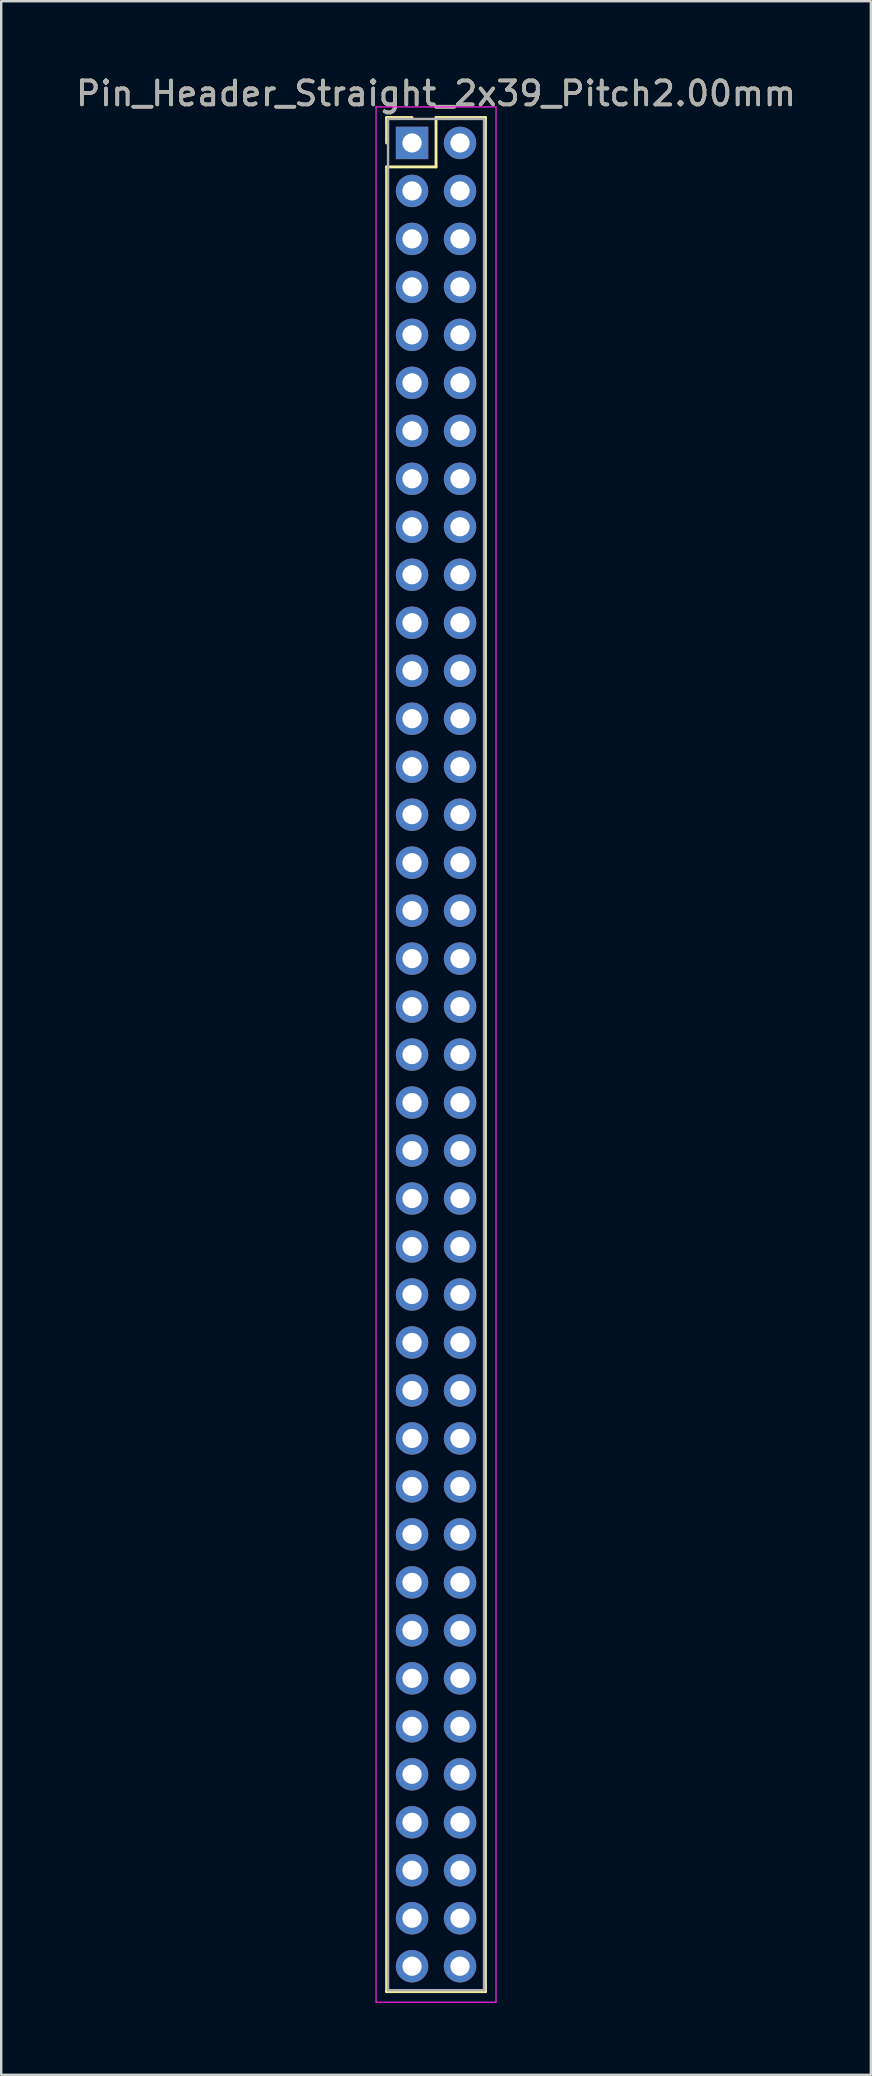
<source format=kicad_pcb>
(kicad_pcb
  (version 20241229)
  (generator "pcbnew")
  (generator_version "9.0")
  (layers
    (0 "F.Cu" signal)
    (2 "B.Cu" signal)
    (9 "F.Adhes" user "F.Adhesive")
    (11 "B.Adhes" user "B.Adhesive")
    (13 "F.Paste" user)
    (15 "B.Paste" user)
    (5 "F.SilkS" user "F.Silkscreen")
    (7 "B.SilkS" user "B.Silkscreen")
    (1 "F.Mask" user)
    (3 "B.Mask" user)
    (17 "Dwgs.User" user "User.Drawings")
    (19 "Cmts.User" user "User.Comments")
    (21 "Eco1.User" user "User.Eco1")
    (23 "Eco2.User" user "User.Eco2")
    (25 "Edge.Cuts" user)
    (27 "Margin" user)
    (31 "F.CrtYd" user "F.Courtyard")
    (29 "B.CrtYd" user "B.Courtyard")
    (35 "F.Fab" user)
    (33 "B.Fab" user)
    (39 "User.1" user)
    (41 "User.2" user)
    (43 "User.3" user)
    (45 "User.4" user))
  (footprint "Pin_Header_Straight_2x39_Pitch2.00mm"
    (layer "F.Cu")
    (at 14.125 2.908)
    (property "Reference" "Pin_Header_Straight_2x39_Pitch2.00mm" (at 1 -2.06 0) (layer "F.SilkS") (effects (font (size 1 1) (thickness 0.15))))
    (attr through_hole)
    (fp_line (start -1.06 -1.06) (end 0 -1.06) (stroke (width 0.12) (type solid)) (layer "F.SilkS"))
    (fp_line (start -1.06 0) (end -1.06 -1.06) (stroke (width 0.12) (type solid)) (layer "F.SilkS"))
    (fp_line (start -1.06 1) (end -1.06 77.06) (stroke (width 0.12) (type solid)) (layer "F.SilkS"))
    (fp_line (start -1.06 77.06) (end 3.06 77.06) (stroke (width 0.12) (type solid)) (layer "F.SilkS"))
    (fp_line (start 1 -1.06) (end 1 1) (stroke (width 0.12) (type solid)) (layer "F.SilkS"))
    (fp_line (start 1 1) (end -1.06 1) (stroke (width 0.12) (type solid)) (layer "F.SilkS"))
    (fp_line (start 3.06 -1.06) (end 1 -1.06) (stroke (width 0.12) (type solid)) (layer "F.SilkS"))
    (fp_line (start 3.06 77.06) (end 3.06 -1.06) (stroke (width 0.12) (type solid)) (layer "F.SilkS"))
    (fp_line (start -1.5 -1.5) (end -1.5 77.5) (stroke (width 0.05) (type solid)) (layer "F.CrtYd"))
    (fp_line (start -1.5 77.5) (end 3.5 77.5) (stroke (width 0.05) (type solid)) (layer "F.CrtYd"))
    (fp_line (start 3.5 -1.5) (end -1.5 -1.5) (stroke (width 0.05) (type solid)) (layer "F.CrtYd"))
    (fp_line (start 3.5 77.5) (end 3.5 -1.5) (stroke (width 0.05) (type solid)) (layer "F.CrtYd"))
    (fp_line (start -1 -1) (end -1 77) (stroke (width 0.1) (type solid)) (layer "F.Fab"))
    (fp_line (start -1 77) (end 3 77) (stroke (width 0.1) (type solid)) (layer "F.Fab"))
    (fp_line (start 3 -1) (end -1 -1) (stroke (width 0.1) (type solid)) (layer "F.Fab"))
    (fp_line (start 3 77) (end 3 -1) (stroke (width 0.1) (type solid)) (layer "F.Fab"))
    (fp_text user "${REFERENCE}" (at 1 -2.06 0) (layer "F.Fab") (effects (font (size 1 1) (thickness 0.15))))
    (pad "1" thru_hole rect (at 0 0) (size 1.35 1.35) (drill 0.8) (layers "*.Cu" "*.Mask"))
    (pad "2" thru_hole oval (at 2 0) (size 1.35 1.35) (drill 0.8) (layers "*.Cu" "*.Mask"))
    (pad "3" thru_hole oval (at 0 2) (size 1.35 1.35) (drill 0.8) (layers "*.Cu" "*.Mask"))
    (pad "4" thru_hole oval (at 2 2) (size 1.35 1.35) (drill 0.8) (layers "*.Cu" "*.Mask"))
    (pad "5" thru_hole oval (at 0 4) (size 1.35 1.35) (drill 0.8) (layers "*.Cu" "*.Mask"))
    (pad "6" thru_hole oval (at 2 4) (size 1.35 1.35) (drill 0.8) (layers "*.Cu" "*.Mask"))
    (pad "7" thru_hole oval (at 0 6) (size 1.35 1.35) (drill 0.8) (layers "*.Cu" "*.Mask"))
    (pad "8" thru_hole oval (at 2 6) (size 1.35 1.35) (drill 0.8) (layers "*.Cu" "*.Mask"))
    (pad "9" thru_hole oval (at 0 8) (size 1.35 1.35) (drill 0.8) (layers "*.Cu" "*.Mask"))
    (pad "10" thru_hole oval (at 2 8) (size 1.35 1.35) (drill 0.8) (layers "*.Cu" "*.Mask"))
    (pad "11" thru_hole oval (at 0 10) (size 1.35 1.35) (drill 0.8) (layers "*.Cu" "*.Mask"))
    (pad "12" thru_hole oval (at 2 10) (size 1.35 1.35) (drill 0.8) (layers "*.Cu" "*.Mask"))
    (pad "13" thru_hole oval (at 0 12) (size 1.35 1.35) (drill 0.8) (layers "*.Cu" "*.Mask"))
    (pad "14" thru_hole oval (at 2 12) (size 1.35 1.35) (drill 0.8) (layers "*.Cu" "*.Mask"))
    (pad "15" thru_hole oval (at 0 14) (size 1.35 1.35) (drill 0.8) (layers "*.Cu" "*.Mask"))
    (pad "16" thru_hole oval (at 2 14) (size 1.35 1.35) (drill 0.8) (layers "*.Cu" "*.Mask"))
    (pad "17" thru_hole oval (at 0 16) (size 1.35 1.35) (drill 0.8) (layers "*.Cu" "*.Mask"))
    (pad "18" thru_hole oval (at 2 16) (size 1.35 1.35) (drill 0.8) (layers "*.Cu" "*.Mask"))
    (pad "19" thru_hole oval (at 0 18) (size 1.35 1.35) (drill 0.8) (layers "*.Cu" "*.Mask"))
    (pad "20" thru_hole oval (at 2 18) (size 1.35 1.35) (drill 0.8) (layers "*.Cu" "*.Mask"))
    (pad "21" thru_hole oval (at 0 20) (size 1.35 1.35) (drill 0.8) (layers "*.Cu" "*.Mask"))
    (pad "22" thru_hole oval (at 2 20) (size 1.35 1.35) (drill 0.8) (layers "*.Cu" "*.Mask"))
    (pad "23" thru_hole oval (at 0 22) (size 1.35 1.35) (drill 0.8) (layers "*.Cu" "*.Mask"))
    (pad "24" thru_hole oval (at 2 22) (size 1.35 1.35) (drill 0.8) (layers "*.Cu" "*.Mask"))
    (pad "25" thru_hole oval (at 0 24) (size 1.35 1.35) (drill 0.8) (layers "*.Cu" "*.Mask"))
    (pad "26" thru_hole oval (at 2 24) (size 1.35 1.35) (drill 0.8) (layers "*.Cu" "*.Mask"))
    (pad "27" thru_hole oval (at 0 26) (size 1.35 1.35) (drill 0.8) (layers "*.Cu" "*.Mask"))
    (pad "28" thru_hole oval (at 2 26) (size 1.35 1.35) (drill 0.8) (layers "*.Cu" "*.Mask"))
    (pad "29" thru_hole oval (at 0 28) (size 1.35 1.35) (drill 0.8) (layers "*.Cu" "*.Mask"))
    (pad "30" thru_hole oval (at 2 28) (size 1.35 1.35) (drill 0.8) (layers "*.Cu" "*.Mask"))
    (pad "31" thru_hole oval (at 0 30) (size 1.35 1.35) (drill 0.8) (layers "*.Cu" "*.Mask"))
    (pad "32" thru_hole oval (at 2 30) (size 1.35 1.35) (drill 0.8) (layers "*.Cu" "*.Mask"))
    (pad "33" thru_hole oval (at 0 32) (size 1.35 1.35) (drill 0.8) (layers "*.Cu" "*.Mask"))
    (pad "34" thru_hole oval (at 2 32) (size 1.35 1.35) (drill 0.8) (layers "*.Cu" "*.Mask"))
    (pad "35" thru_hole oval (at 0 34) (size 1.35 1.35) (drill 0.8) (layers "*.Cu" "*.Mask"))
    (pad "36" thru_hole oval (at 2 34) (size 1.35 1.35) (drill 0.8) (layers "*.Cu" "*.Mask"))
    (pad "37" thru_hole oval (at 0 36) (size 1.35 1.35) (drill 0.8) (layers "*.Cu" "*.Mask"))
    (pad "38" thru_hole oval (at 2 36) (size 1.35 1.35) (drill 0.8) (layers "*.Cu" "*.Mask"))
    (pad "39" thru_hole oval (at 0 38) (size 1.35 1.35) (drill 0.8) (layers "*.Cu" "*.Mask"))
    (pad "40" thru_hole oval (at 2 38) (size 1.35 1.35) (drill 0.8) (layers "*.Cu" "*.Mask"))
    (pad "41" thru_hole oval (at 0 40) (size 1.35 1.35) (drill 0.8) (layers "*.Cu" "*.Mask"))
    (pad "42" thru_hole oval (at 2 40) (size 1.35 1.35) (drill 0.8) (layers "*.Cu" "*.Mask"))
    (pad "43" thru_hole oval (at 0 42) (size 1.35 1.35) (drill 0.8) (layers "*.Cu" "*.Mask"))
    (pad "44" thru_hole oval (at 2 42) (size 1.35 1.35) (drill 0.8) (layers "*.Cu" "*.Mask"))
    (pad "45" thru_hole oval (at 0 44) (size 1.35 1.35) (drill 0.8) (layers "*.Cu" "*.Mask"))
    (pad "46" thru_hole oval (at 2 44) (size 1.35 1.35) (drill 0.8) (layers "*.Cu" "*.Mask"))
    (pad "47" thru_hole oval (at 0 46) (size 1.35 1.35) (drill 0.8) (layers "*.Cu" "*.Mask"))
    (pad "48" thru_hole oval (at 2 46) (size 1.35 1.35) (drill 0.8) (layers "*.Cu" "*.Mask"))
    (pad "49" thru_hole oval (at 0 48) (size 1.35 1.35) (drill 0.8) (layers "*.Cu" "*.Mask"))
    (pad "50" thru_hole oval (at 2 48) (size 1.35 1.35) (drill 0.8) (layers "*.Cu" "*.Mask"))
    (pad "51" thru_hole oval (at 0 50) (size 1.35 1.35) (drill 0.8) (layers "*.Cu" "*.Mask"))
    (pad "52" thru_hole oval (at 2 50) (size 1.35 1.35) (drill 0.8) (layers "*.Cu" "*.Mask"))
    (pad "53" thru_hole oval (at 0 52) (size 1.35 1.35) (drill 0.8) (layers "*.Cu" "*.Mask"))
    (pad "54" thru_hole oval (at 2 52) (size 1.35 1.35) (drill 0.8) (layers "*.Cu" "*.Mask"))
    (pad "55" thru_hole oval (at 0 54) (size 1.35 1.35) (drill 0.8) (layers "*.Cu" "*.Mask"))
    (pad "56" thru_hole oval (at 2 54) (size 1.35 1.35) (drill 0.8) (layers "*.Cu" "*.Mask"))
    (pad "57" thru_hole oval (at 0 56) (size 1.35 1.35) (drill 0.8) (layers "*.Cu" "*.Mask"))
    (pad "58" thru_hole oval (at 2 56) (size 1.35 1.35) (drill 0.8) (layers "*.Cu" "*.Mask"))
    (pad "59" thru_hole oval (at 0 58) (size 1.35 1.35) (drill 0.8) (layers "*.Cu" "*.Mask"))
    (pad "60" thru_hole oval (at 2 58) (size 1.35 1.35) (drill 0.8) (layers "*.Cu" "*.Mask"))
    (pad "61" thru_hole oval (at 0 60) (size 1.35 1.35) (drill 0.8) (layers "*.Cu" "*.Mask"))
    (pad "62" thru_hole oval (at 2 60) (size 1.35 1.35) (drill 0.8) (layers "*.Cu" "*.Mask"))
    (pad "63" thru_hole oval (at 0 62) (size 1.35 1.35) (drill 0.8) (layers "*.Cu" "*.Mask"))
    (pad "64" thru_hole oval (at 2 62) (size 1.35 1.35) (drill 0.8) (layers "*.Cu" "*.Mask"))
    (pad "65" thru_hole oval (at 0 64) (size 1.35 1.35) (drill 0.8) (layers "*.Cu" "*.Mask"))
    (pad "66" thru_hole oval (at 2 64) (size 1.35 1.35) (drill 0.8) (layers "*.Cu" "*.Mask"))
    (pad "67" thru_hole oval (at 0 66) (size 1.35 1.35) (drill 0.8) (layers "*.Cu" "*.Mask"))
    (pad "68" thru_hole oval (at 2 66) (size 1.35 1.35) (drill 0.8) (layers "*.Cu" "*.Mask"))
    (pad "69" thru_hole oval (at 0 68) (size 1.35 1.35) (drill 0.8) (layers "*.Cu" "*.Mask"))
    (pad "70" thru_hole oval (at 2 68) (size 1.35 1.35) (drill 0.8) (layers "*.Cu" "*.Mask"))
    (pad "71" thru_hole oval (at 0 70) (size 1.35 1.35) (drill 0.8) (layers "*.Cu" "*.Mask"))
    (pad "72" thru_hole oval (at 2 70) (size 1.35 1.35) (drill 0.8) (layers "*.Cu" "*.Mask"))
    (pad "73" thru_hole oval (at 0 72) (size 1.35 1.35) (drill 0.8) (layers "*.Cu" "*.Mask"))
    (pad "74" thru_hole oval (at 2 72) (size 1.35 1.35) (drill 0.8) (layers "*.Cu" "*.Mask"))
    (pad "75" thru_hole oval (at 0 74) (size 1.35 1.35) (drill 0.8) (layers "*.Cu" "*.Mask"))
    (pad "76" thru_hole oval (at 2 74) (size 1.35 1.35) (drill 0.8) (layers "*.Cu" "*.Mask"))
    (pad "77" thru_hole oval (at 0 76) (size 1.35 1.35) (drill 0.8) (layers "*.Cu" "*.Mask"))
    (pad "78" thru_hole oval (at 2 76) (size 1.35 1.35) (drill 0.8) (layers "*.Cu" "*.Mask")))
  (gr_rect
    (start -3 -3)
    (end 33.25 83.433)
    (stroke (width 0.1) (type default))
    (fill no)
    (layer "Edge.Cuts")))
</source>
